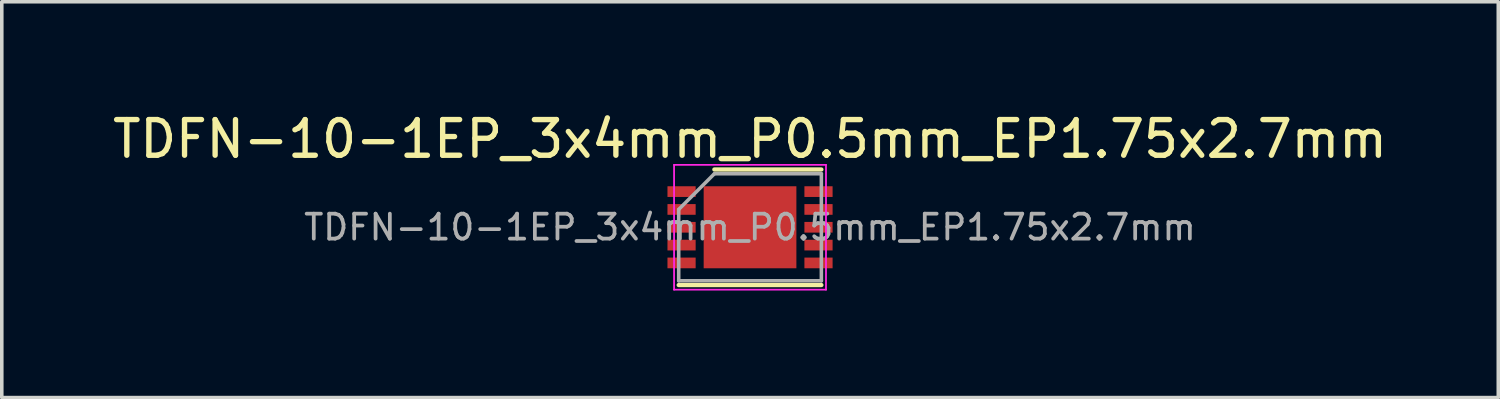
<source format=kicad_pcb>
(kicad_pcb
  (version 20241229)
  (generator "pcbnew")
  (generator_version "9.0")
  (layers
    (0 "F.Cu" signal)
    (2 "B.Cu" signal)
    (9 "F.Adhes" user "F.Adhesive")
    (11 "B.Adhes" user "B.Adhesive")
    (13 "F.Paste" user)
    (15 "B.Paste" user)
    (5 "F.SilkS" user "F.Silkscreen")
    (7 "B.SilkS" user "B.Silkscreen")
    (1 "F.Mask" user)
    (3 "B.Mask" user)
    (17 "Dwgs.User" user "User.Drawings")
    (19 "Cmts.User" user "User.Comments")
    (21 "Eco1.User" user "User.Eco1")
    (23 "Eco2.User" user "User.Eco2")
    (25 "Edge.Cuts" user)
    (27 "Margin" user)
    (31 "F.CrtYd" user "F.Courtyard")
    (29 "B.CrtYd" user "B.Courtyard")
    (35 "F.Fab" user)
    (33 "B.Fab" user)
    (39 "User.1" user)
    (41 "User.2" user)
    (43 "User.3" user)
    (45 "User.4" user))
  (footprint "TDFN-10-1EP_3x4mm_P0.5mm_EP1.75x2.7mm"
    (layer "F.Cu")
    (at 17.982 3.323)
    (property "Reference" "TDFN-10-1EP_3x4mm_P0.5mm_EP1.75x2.7mm" (at 0 -2.475 0) (layer "F.SilkS") (effects (font (size 1 1) (thickness 0.15))))
    (attr smd)
    (fp_line (start -2 1.62) (end 2 1.62) (stroke (width 0.12) (type solid)) (layer "F.SilkS"))
    (fp_line (start -1 -1.62) (end 2 -1.62) (stroke (width 0.12) (type solid)) (layer "F.SilkS"))
    (fp_line (start -2.13 -1.75) (end -2.13 1.75) (stroke (width 0.05) (type solid)) (layer "F.CrtYd"))
    (fp_line (start -2.13 -1.75) (end 2.13 -1.75) (stroke (width 0.05) (type solid)) (layer "F.CrtYd"))
    (fp_line (start -2.13 1.75) (end 2.13 1.75) (stroke (width 0.05) (type solid)) (layer "F.CrtYd"))
    (fp_line (start 2.13 -1.75) (end 2.13 1.75) (stroke (width 0.05) (type solid)) (layer "F.CrtYd"))
    (fp_line (start -2 -0.5) (end -1 -1.5) (stroke (width 0.1) (type solid)) (layer "F.Fab"))
    (fp_line (start -2 1.5) (end -2 -0.5) (stroke (width 0.1) (type solid)) (layer "F.Fab"))
    (fp_line (start -1 -1.5) (end 2 -1.5) (stroke (width 0.1) (type solid)) (layer "F.Fab"))
    (fp_line (start 2 -1.5) (end 2 1.5) (stroke (width 0.1) (type solid)) (layer "F.Fab"))
    (fp_line (start 2 1.5) (end -2 1.5) (stroke (width 0.1) (type solid)) (layer "F.Fab"))
    (fp_text user "${REFERENCE}" (at 0 0 0) (layer "F.Fab") (effects (font (size 0.7 0.7) (thickness 0.105))))
    (pad "" smd rect (at -0.388 -0.62) (size 0.6 1.05) (layers "F.Paste"))
    (pad "" smd rect (at -0.388 0.62) (size 0.6 1.05) (layers "F.Paste"))
    (pad "" smd rect (at 0.388 -0.62) (size 0.6 1.05) (layers "F.Paste"))
    (pad "" smd rect (at 0.388 0.62) (size 0.6 1.05) (layers "F.Paste"))
    (pad "1" smd rect (at -1.92 -1) (size 0.79 0.3) (layers "F.Cu" "F.Mask" "F.Paste"))
    (pad "2" smd rect (at -1.92 -0.5) (size 0.79 0.3) (layers "F.Cu" "F.Mask" "F.Paste"))
    (pad "3" smd rect (at -1.92 0) (size 0.79 0.3) (layers "F.Cu" "F.Mask" "F.Paste"))
    (pad "4" smd rect (at -1.92 0.5) (size 0.79 0.3) (layers "F.Cu" "F.Mask" "F.Paste"))
    (pad "5" smd rect (at -1.92 1) (size 0.79 0.3) (layers "F.Cu" "F.Mask" "F.Paste"))
    (pad "6" smd rect (at 1.92 1) (size 0.79 0.3) (layers "F.Cu" "F.Mask" "F.Paste"))
    (pad "7" smd rect (at 1.92 0.5) (size 0.79 0.3) (layers "F.Cu" "F.Mask" "F.Paste"))
    (pad "8" smd rect (at 1.92 0) (size 0.79 0.3) (layers "F.Cu" "F.Mask" "F.Paste"))
    (pad "9" smd rect (at 1.92 -0.5) (size 0.79 0.3) (layers "F.Cu" "F.Mask" "F.Paste"))
    (pad "10" smd rect (at 1.92 -1) (size 0.79 0.3) (layers "F.Cu" "F.Mask" "F.Paste"))
    (pad "11" smd rect (at 0 0) (size 2.6 2.3) (layers "F.Cu" "F.Mask")))
  (gr_rect
    (start -3 -3)
    (end 38.964 8.098)
    (stroke (width 0.1) (type default))
    (fill no)
    (layer "Edge.Cuts")))
</source>
